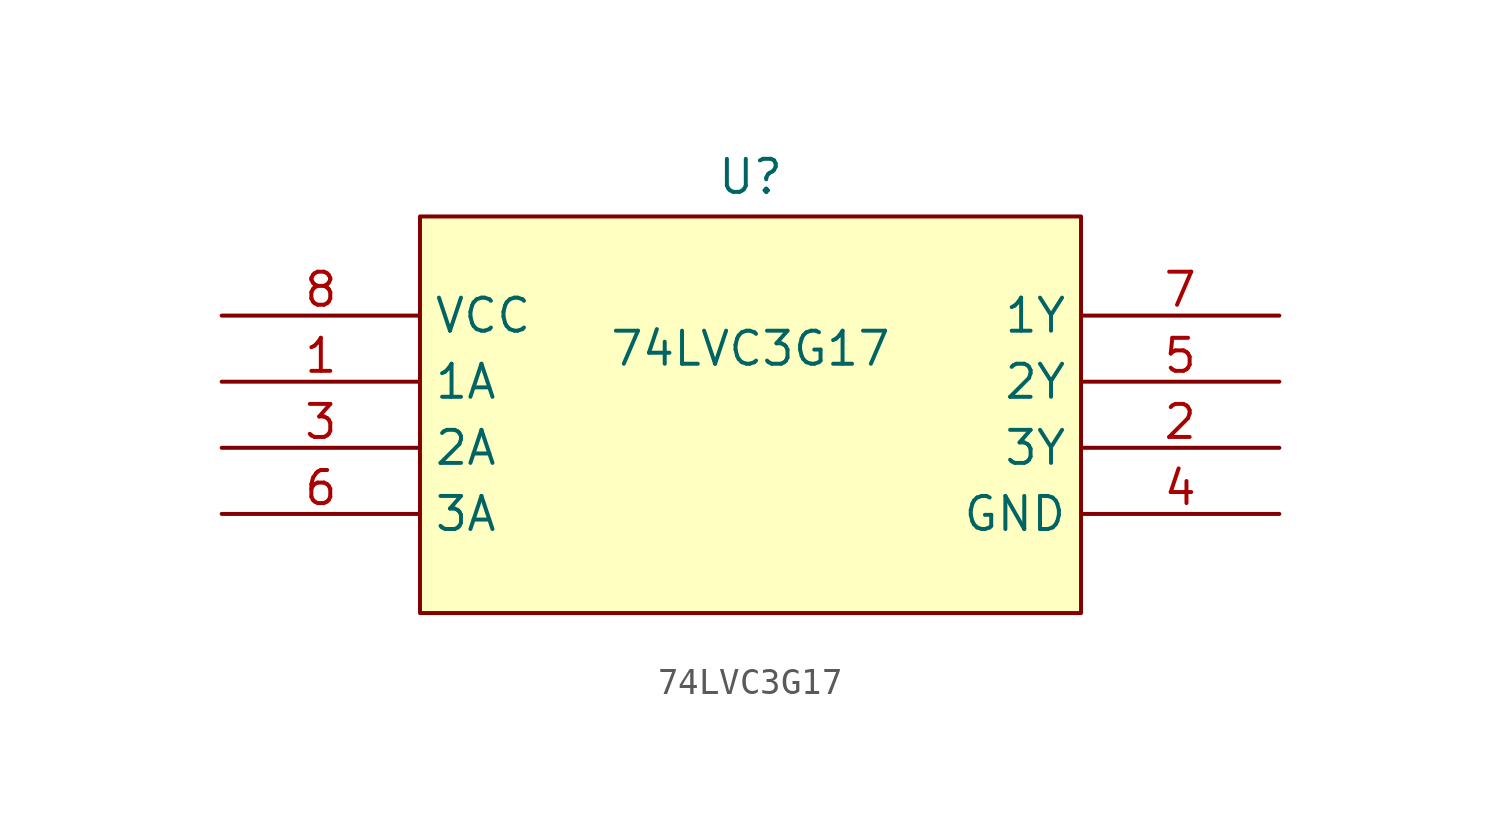
<source format=kicad_sym>
(kicad_symbol_lib
  (version 20231120)
  (generator "kicad_symbol_editor")
  (generator_version "8.0")
  (symbol "74LVC3G17"
    (property "Reference" "U"
      (at 0 6.604 0)
      (effects (font (size 1.27 1.27))))
    (property "Value" "74LVC3G17"
      (at 0 0 0)
      (effects (font (size 1.27 1.27))))
    (symbol "74LVC3G17_1_1"
      (rectangle (start -12.7 5.08) (end 12.7 -10.16) (stroke (width 0) (type default)) (fill (type background)))
      (pin input line (at -20.32 -1.27 0) (length 7.62) (name "1A" (effects (font (size 1.27 1.27)))) (number "1" (effects (font (size 1.27 1.27)))))
      (pin input line (at 20.32 -3.81 180) (length 7.62) (name "3Y" (effects (font (size 1.27 1.27)))) (number "2" (effects (font (size 1.27 1.27)))))
      (pin input line (at -20.32 -3.81 0) (length 7.62) (name "2A" (effects (font (size 1.27 1.27)))) (number "3" (effects (font (size 1.27 1.27)))))
      (pin input line (at 20.32 -6.35 180) (length 7.62) (name "GND" (effects (font (size 1.27 1.27)))) (number "4" (effects (font (size 1.27 1.27)))))
      (pin input line (at 20.32 -1.27 180) (length 7.62) (name "2Y" (effects (font (size 1.27 1.27)))) (number "5" (effects (font (size 1.27 1.27)))))
      (pin input line (at -20.32 -6.35 0) (length 7.62) (name "3A" (effects (font (size 1.27 1.27)))) (number "6" (effects (font (size 1.27 1.27)))))
      (pin input line (at 20.32 1.27 180) (length 7.62) (name "1Y" (effects (font (size 1.27 1.27)))) (number "7" (effects (font (size 1.27 1.27)))))
      (pin input line (at -20.32 1.27 0) (length 7.62) (name "VCC" (effects (font (size 1.27 1.27)))) (number "8" (effects (font (size 1.27 1.27))))))))
</source>
